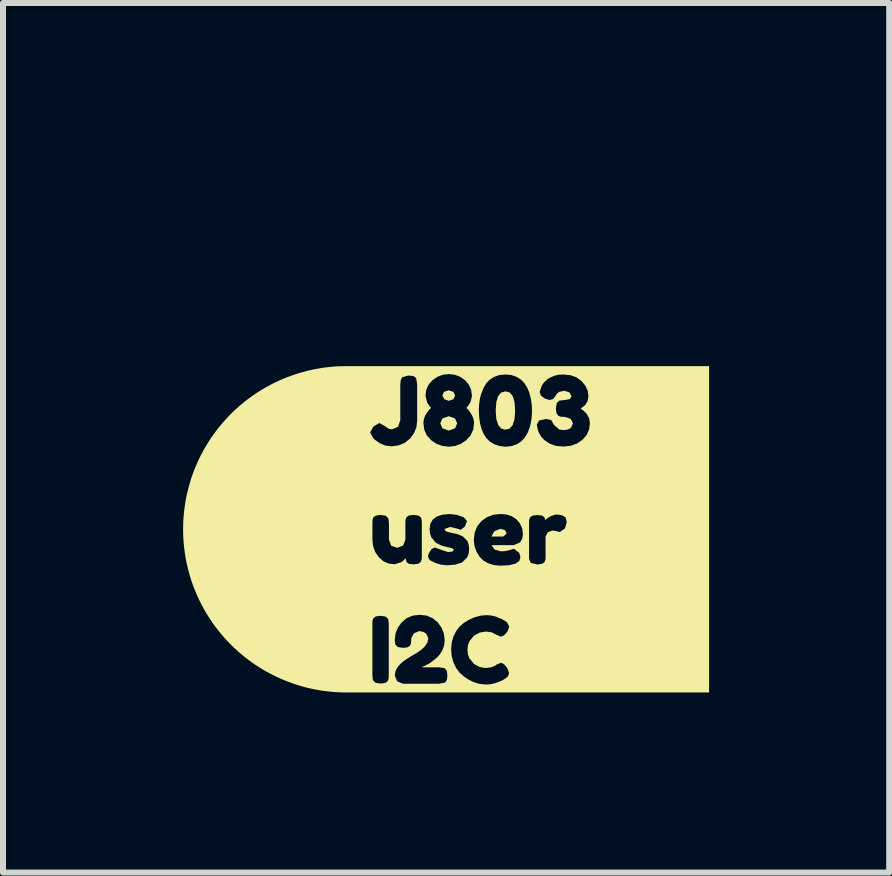
<source format=kicad_pcb>
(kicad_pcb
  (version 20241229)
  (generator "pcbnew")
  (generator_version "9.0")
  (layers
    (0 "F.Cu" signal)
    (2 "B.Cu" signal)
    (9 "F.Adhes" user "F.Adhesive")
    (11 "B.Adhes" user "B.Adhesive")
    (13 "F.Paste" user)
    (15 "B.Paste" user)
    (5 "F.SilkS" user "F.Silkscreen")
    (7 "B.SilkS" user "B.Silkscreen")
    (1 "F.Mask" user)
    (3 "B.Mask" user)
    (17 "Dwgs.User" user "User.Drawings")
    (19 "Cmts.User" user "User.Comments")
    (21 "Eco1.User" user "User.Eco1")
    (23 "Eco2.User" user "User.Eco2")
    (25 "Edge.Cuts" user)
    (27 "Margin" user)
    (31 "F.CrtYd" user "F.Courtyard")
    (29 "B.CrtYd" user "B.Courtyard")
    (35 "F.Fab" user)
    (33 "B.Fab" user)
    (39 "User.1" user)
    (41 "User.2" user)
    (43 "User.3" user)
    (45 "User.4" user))
  (footprint "kibuzzard-659F41CB"
    (layer "F.Cu")
    (at 4.381 5.767)
    (property "Reference" "kibuzzard-659F41CB" (at 0 -5.766 0) (layer "F.SilkS") (effects (font (size 0.001 0.001) (thickness 0.15))))
    (attr board_only exclude_from_pos_files exclude_from_bom)
    (fp_poly (pts (xy 0.95 0.121) (xy 1.009 0.071) (xy 0.982 0.014) (xy 0.904 -0.008) (xy 0.803 0.033) (xy 0.753 0.121) (xy 0.95 0.121)) (stroke (width 0) (type solid)) (fill yes) (layer "F.SilkS"))
    (fp_poly (pts (xy -0.061 -1.683) (xy 0.045 -1.644) (xy 0.15 -1.683) (xy 0.185 -1.764) (xy 0.149 -1.846) (xy 0.045 -1.884) (xy -0.061 -1.847) (xy -0.097 -1.765) (xy -0.061 -1.683)) (stroke (width 0) (type solid)) (fill yes) (layer "F.SilkS"))
    (fp_poly (pts (xy 0.15 -2.229) (xy 0.123 -2.288) (xy 0.043 -2.316) (xy -0.036 -2.289) (xy -0.061 -2.229) (xy -0.033 -2.168) (xy 0.046 -2.14) (xy 0.124 -2.168) (xy 0.15 -2.229)) (stroke (width 0) (type solid)) (fill yes) (layer "F.SilkS"))
    (fp_poly (pts (xy 0.987 -1.659) (xy 1.058 -1.678) (xy 1.109 -1.736) (xy 1.14 -1.834) (xy 1.15 -1.97) (xy 1.15 -1.979) (xy 1.14 -2.119) (xy 1.11 -2.219) (xy 1.059 -2.279) (xy 0.988 -2.298) (xy 0.918 -2.278) (xy 0.867 -2.218) (xy 0.837 -2.119) (xy 0.826 -1.979) (xy 0.836 -1.839) (xy 0.867 -1.739) (xy 0.917 -1.679) (xy 0.987 -1.659)) (stroke (width 0) (type solid)) (fill yes) (layer "F.SilkS"))
    (fp_poly (pts (xy -1.266 -2.718) (xy -1.663 -2.718) (xy -1.729 -2.717) (xy -1.796 -2.715) (xy -1.863 -2.711) (xy -1.929 -2.705) (xy -1.995 -2.698) (xy -2.062 -2.689) (xy -2.127 -2.678) (xy -2.193 -2.666) (xy -2.258 -2.652) (xy -2.323 -2.637) (xy -2.388 -2.62) (xy -2.452 -2.601) (xy -2.515 -2.581) (xy -2.578 -2.559) (xy -2.641 -2.536) (xy -2.703 -2.511) (xy -2.764 -2.485) (xy -2.825 -2.457) (xy -2.885 -2.428) (xy -2.944 -2.397) (xy -3.003 -2.365) (xy -3.06 -2.331) (xy -3.117 -2.296) (xy -3.173 -2.26) (xy -3.228 -2.222) (xy -3.282 -2.183) (xy -3.335 -2.143) (xy -3.387 -2.101) (xy -3.438 -2.058) (xy -3.488 -2.014) (xy -3.537 -1.969) (xy -3.585 -1.922) (xy -3.631 -1.874) (xy -3.677 -1.825) (xy -3.721 -1.775) (xy -3.764 -1.724) (xy -3.806 -1.672) (xy -3.846 -1.619) (xy -3.885 -1.565) (xy -3.923 -1.51) (xy -3.959 -1.454) (xy -3.994 -1.397) (xy -4.028 -1.34) (xy -4.06 -1.281) (xy -4.091 -1.222) (xy -4.12 -1.162) (xy -4.148 -1.101) (xy -4.174 -1.04) (xy -4.199 -0.978) (xy -4.222 -0.916) (xy -4.244 -0.853) (xy -4.264 -0.789) (xy -4.282 -0.725) (xy -4.299 -0.66) (xy -4.315 -0.596) (xy -4.329 -0.53) (xy -4.341 -0.465) (xy -4.351 -0.399) (xy -4.36 -0.333) (xy -4.368 -0.266) (xy -4.373 -0.2) (xy -4.378 -0.133) (xy -4.38 -0.067) (xy -4.381 0) (xy -4.38 0.067) (xy -4.378 0.133) (xy -4.373 0.2) (xy -4.368 0.266) (xy -4.36 0.333) (xy -4.351 0.399) (xy -4.341 0.465) (xy -4.329 0.53) (xy -4.315 0.596) (xy -4.299 0.66) (xy -4.282 0.725) (xy -4.264 0.789) (xy -4.244 0.853) (xy -4.222 0.916) (xy -4.199 0.978) (xy -4.174 1.04) (xy -4.148 1.101) (xy -4.12 1.162) (xy -4.091 1.222) (xy -4.06 1.281) (xy -4.028 1.34) (xy -3.994 1.397) (xy -3.959 1.454) (xy -3.923 1.51) (xy -3.885 1.565) (xy -3.846 1.619) (xy -3.806 1.672) (xy -3.764 1.724) (xy -3.721 1.775) (xy -3.677 1.825) (xy -3.631 1.874) (xy -3.585 1.922) (xy -3.537 1.969) (xy -3.488 2.014) (xy -3.438 2.058) (xy -3.387 2.101) (xy -3.335 2.143) (xy -3.282 2.183) (xy -3.228 2.222) (xy -3.173 2.26) (xy -3.117 2.296) (xy -3.06 2.331) (xy -3.003 2.365) (xy -2.944 2.397) (xy -2.885 2.428) (xy -2.825 2.457) (xy -2.764 2.485) (xy -2.703 2.511) (xy -2.641 2.536) (xy -2.578 2.559) (xy -2.515 2.581) (xy -2.452 2.601) (xy -2.388 2.62) (xy -2.323 2.637) (xy -2.258 2.652) (xy -2.193 2.666) (xy -2.127 2.678) (xy -2.062 2.689) (xy -1.995 2.698) (xy -1.929 2.705) (xy -1.863 2.711) (xy -1.796 2.715) (xy -1.729 2.717) (xy -1.663 2.718) (xy -1.266 2.718) (xy -1.092 2.718) (xy -1.092 2.57) (xy -1.178 2.556) (xy -1.219 2.512) (xy -1.228 2.433) (xy -1.228 1.576) (xy -1.226 1.523) (xy -1.211 1.482) (xy -1.17 1.451) (xy -1.091 1.441) (xy -1.005 1.455) (xy -0.963 1.498) (xy -0.955 1.578) (xy -0.955 2.435) (xy -0.958 2.489) (xy -0.972 2.529) (xy -1.013 2.56) (xy -1.092 2.57) (xy -1.092 2.718) (xy -0.117 2.718) (xy -0.117 2.573) (xy -0.719 2.573) (xy -0.815 2.532) (xy -0.855 2.435) (xy -0.841 2.355) (xy -0.797 2.281) (xy -0.733 2.216) (xy -0.658 2.161) (xy -0.576 2.111) (xy -0.494 2.063) (xy -0.419 2.011) (xy -0.355 1.952) (xy -0.312 1.889) (xy -0.297 1.821) (xy -0.308 1.782) (xy -0.332 1.74) (xy -0.373 1.71) (xy -0.45 1.696) (xy -0.535 1.733) (xy -0.576 1.804) (xy -0.582 1.84) (xy -0.582 1.849) (xy -0.585 1.9) (xy -0.599 1.938) (xy -0.641 1.966) (xy -0.719 1.975) (xy -0.805 1.961) (xy -0.847 1.917) (xy -0.855 1.838) (xy -0.842 1.735) (xy -0.804 1.639) (xy -0.74 1.551) (xy -0.656 1.48) (xy -0.556 1.438) (xy -0.542 1.436) (xy -0.542 0.584) (xy -0.619 0.575) (xy -0.659 0.547) (xy -0.675 0.483) (xy -0.703 0.514) (xy -0.745 0.548) (xy -0.861 0.583) (xy -0.96 0.57) (xy -1.048 0.53) (xy -1.123 0.463) (xy -1.181 0.378) (xy -1.216 0.28) (xy -1.227 0.172) (xy -1.227 -0.102) (xy -1.225 -0.157) (xy -1.211 -0.198) (xy -1.17 -0.229) (xy -1.089 -0.24) (xy -1.003 -0.225) (xy -0.961 -0.18) (xy -0.952 -0.101) (xy -0.952 0.173) (xy -0.915 0.273) (xy -0.91 0.275) (xy -0.91 -1.382) (xy -1.009 -1.394) (xy -1.096 -1.429) (xy -1.198 -1.5) (xy -1.21 -1.513) (xy -1.266 -1.613) (xy -1.21 -1.713) (xy -1.112 -1.77) (xy -1.017 -1.717) (xy -0.962 -1.678) (xy -0.903 -1.665) (xy -0.802 -1.706) (xy -0.763 -1.816) (xy -0.763 -2.41) (xy -0.755 -2.488) (xy -0.731 -2.532) (xy -0.632 -2.562) (xy -0.541 -2.552) (xy -0.499 -2.518) (xy -0.482 -2.419) (xy -0.482 -1.805) (xy -0.495 -1.698) (xy -0.535 -1.6) (xy -0.602 -1.51) (xy -0.69 -1.439) (xy -0.793 -1.397) (xy -0.91 -1.382) (xy -0.91 0.275) (xy -0.817 0.309) (xy -0.716 0.272) (xy -0.678 0.173) (xy -0.678 -0.104) (xy -0.676 -0.158) (xy -0.661 -0.199) (xy -0.621 -0.23) (xy -0.541 -0.24) (xy -0.461 -0.229) (xy -0.42 -0.198) (xy -0.407 -0.156) (xy -0.404 -0.102) (xy -0.404 0.452) (xy -0.407 0.504) (xy -0.422 0.544) (xy -0.463 0.574) (xy -0.542 0.584) (xy -0.542 1.436) (xy -0.44 1.424) (xy -0.324 1.438) (xy -0.223 1.481) (xy -0.138 1.552) (xy -0.074 1.642) (xy -0.036 1.74) (xy -0.023 1.846) (xy -0.032 1.932) (xy -0.061 2.012) (xy -0.104 2.083) (xy -0.154 2.139) (xy -0.262 2.224) (xy -0.357 2.276) (xy -0.396 2.291) (xy -0.396 2.299) (xy -0.114 2.299) (xy -0.024 2.314) (xy 0.013 2.358) (xy 0.017 2.396) (xy 0.017 0.6) (xy -0.082 0.59) (xy -0.179 0.561) (xy -0.273 0.513) (xy -0.303 0.453) (xy -0.288 0.402) (xy -0.243 0.33) (xy -0.188 0.303) (xy -0.084 0.341) (xy 0.035 0.38) (xy 0.107 0.37) (xy 0.13 0.342) (xy 0.104 0.316) (xy 0.026 0.298) (xy -0.072 0.273) (xy -0.17 0.225) (xy -0.245 0.136) (xy -0.267 0.07) (xy -0.275 -0.007) (xy -0.261 -0.096) (xy -0.22 -0.165) (xy -0.152 -0.214) (xy -0.057 -0.244) (xy 0.044 -0.252) (xy 0.044 -1.376) (xy -0.061 -1.388) (xy -0.159 -1.424) (xy -0.249 -1.484) (xy -0.321 -1.564) (xy -0.364 -1.66) (xy -0.378 -1.771) (xy -0.37 -1.837) (xy -0.346 -1.901) (xy -0.282 -1.992) (xy -0.248 -2.022) (xy -0.275 -2.048) (xy -0.317 -2.117) (xy -0.344 -2.227) (xy -0.33 -2.325) (xy -0.291 -2.41) (xy -0.226 -2.484) (xy -0.144 -2.541) (xy -0.053 -2.575) (xy 0.047 -2.586) (xy 0.146 -2.574) (xy 0.236 -2.54) (xy 0.317 -2.483) (xy 0.38 -2.407) (xy 0.418 -2.32) (xy 0.431 -2.219) (xy 0.408 -2.122) (xy 0.361 -2.048) (xy 0.337 -2.022) (xy 0.373 -1.99) (xy 0.43 -1.903) (xy 0.457 -1.838) (xy 0.466 -1.771) (xy 0.452 -1.661) (xy 0.409 -1.565) (xy 0.337 -1.485) (xy 0.247 -1.424) (xy 0.149 -1.388) (xy 0.044 -1.376) (xy 0.044 -0.252) (xy 0.065 -0.254) (xy 0.177 -0.241) (xy 0.293 -0.201) (xy 0.348 -0.138) (xy 0.313 -0.046) (xy 0.243 0.009) (xy 0.173 -0.015) (xy 0.063 -0.038) (xy -0.029 -0.004) (xy -0.002 0.035) (xy 0.077 0.057) (xy 0.179 0.078) (xy 0.277 0.117) (xy 0.353 0.193) (xy 0.376 0.253) (xy 0.384 0.328) (xy 0.376 0.403) (xy 0.353 0.466) (xy 0.268 0.552) (xy 0.155 0.588) (xy 0.017 0.6) (xy 0.017 2.396) (xy 0.022 2.437) (xy 0.012 2.515) (xy -0.021 2.555) (xy -0.117 2.573) (xy -0.117 2.718) (xy 0.673 2.718) (xy 0.673 2.586) (xy 0.6 2.581) (xy 0.525 2.567) (xy 0.449 2.541) (xy 0.371 2.502) (xy 0.296 2.451) (xy 0.228 2.391) (xy 0.171 2.316) (xy 0.124 2.223) (xy 0.094 2.116) (xy 0.084 2) (xy 0.094 1.885) (xy 0.124 1.782) (xy 0.169 1.693) (xy 0.226 1.62) (xy 0.293 1.561) (xy 0.369 1.513) (xy 0.47 1.467) (xy 0.571 1.439) (xy 0.672 1.43) (xy 0.745 1.435) (xy 0.82 1.452) (xy 0.906 1.487) (xy 0.906 0.606) (xy 0.797 0.596) (xy 0.701 0.566) (xy 0.621 0.52) (xy 0.561 0.461) (xy 0.506 0.373) (xy 0.473 0.279) (xy 0.462 0.178) (xy 0.476 0.055) (xy 0.519 -0.05) (xy 0.589 -0.137) (xy 0.682 -0.203) (xy 0.788 -0.242) (xy 0.908 -0.255) (xy 0.99 -0.248) (xy 0.99 -1.376) (xy 0.888 -1.387) (xy 0.799 -1.418) (xy 0.724 -1.465) (xy 0.668 -1.522) (xy 0.626 -1.59) (xy 0.591 -1.67) (xy 0.566 -1.765) (xy 0.551 -1.868) (xy 0.545 -1.979) (xy 0.55 -2.08) (xy 0.562 -2.171) (xy 0.583 -2.251) (xy 0.622 -2.351) (xy 0.666 -2.428) (xy 0.721 -2.487) (xy 0.795 -2.536) (xy 0.885 -2.569) (xy 0.988 -2.579) (xy 1.091 -2.569) (xy 1.18 -2.537) (xy 1.253 -2.489) (xy 1.308 -2.43) (xy 1.351 -2.361) (xy 1.384 -2.281) (xy 1.41 -2.184) (xy 1.426 -2.083) (xy 1.431 -1.978) (xy 1.424 -1.842) (xy 1.4 -1.72) (xy 1.362 -1.614) (xy 1.307 -1.522) (xy 1.252 -1.464) (xy 1.18 -1.417) (xy 1.091 -1.386) (xy 0.99 -1.376) (xy 0.99 -0.248) (xy 1.009 -0.246) (xy 1.096 -0.217) (xy 1.169 -0.169) (xy 1.227 -0.102) (xy 1.267 -0.017) (xy 1.28 0.075) (xy 1.268 0.159) (xy 1.232 0.218) (xy 1.127 0.264) (xy 0.756 0.264) (xy 0.808 0.337) (xy 0.911 0.367) (xy 0.992 0.362) (xy 1.053 0.348) (xy 1.07 0.342) (xy 1.133 0.325) (xy 1.219 0.395) (xy 1.239 0.467) (xy 1.219 0.528) (xy 1.156 0.572) (xy 1.052 0.598) (xy 0.906 0.606) (xy 0.906 1.487) (xy 0.933 1.498) (xy 0.97 1.519) (xy 1.013 1.547) (xy 1.053 1.62) (xy 1.021 1.706) (xy 0.964 1.768) (xy 0.913 1.789) (xy 0.834 1.755) (xy 0.759 1.716) (xy 0.662 1.703) (xy 0.562 1.72) (xy 0.464 1.772) (xy 0.387 1.868) (xy 0.364 1.933) (xy 0.356 2.007) (xy 0.364 2.081) (xy 0.387 2.147) (xy 0.466 2.244) (xy 0.562 2.295) (xy 0.662 2.311) (xy 0.752 2.299) (xy 0.813 2.274) (xy 0.84 2.254) (xy 0.914 2.224) (xy 0.964 2.245) (xy 1.018 2.31) (xy 1.051 2.396) (xy 1.031 2.45) (xy 0.982 2.489) (xy 0.929 2.521) (xy 0.825 2.561) (xy 0.748 2.58) (xy 0.673 2.586) (xy 0.673 2.718) (xy 1.518 2.718) (xy 1.518 0.586) (xy 1.41 0.559) (xy 1.382 0.492) (xy 1.382 0.447) (xy 1.382 -0.102) (xy 1.384 -0.156) (xy 1.397 -0.196) (xy 1.439 -0.228) (xy 1.519 -0.238) (xy 1.596 -0.229) (xy 1.637 -0.202) (xy 1.654 -0.151) (xy 1.677 -0.177) (xy 1.74 -0.219) (xy 1.825 -0.246) (xy 1.887 -0.242) (xy 1.942 -0.229) (xy 1.95 -0.223) (xy 1.95 -1.378) (xy 1.83 -1.39) (xy 1.725 -1.427) (xy 1.633 -1.489) (xy 1.588 -1.538) (xy 1.549 -1.602) (xy 1.531 -1.643) (xy 1.528 -1.659) (xy 1.511 -1.744) (xy 1.55 -1.813) (xy 1.666 -1.837) (xy 1.75 -1.821) (xy 1.798 -1.738) (xy 1.885 -1.662) (xy 1.952 -1.652) (xy 2.025 -1.661) (xy 2.076 -1.686) (xy 2.115 -1.763) (xy 2.077 -1.839) (xy 1.985 -1.871) (xy 1.912 -1.875) (xy 1.871 -1.89) (xy 1.839 -1.931) (xy 1.828 -2.013) (xy 1.843 -2.101) (xy 1.887 -2.144) (xy 1.969 -2.152) (xy 2.06 -2.168) (xy 2.09 -2.214) (xy 2.058 -2.278) (xy 1.97 -2.308) (xy 1.881 -2.289) (xy 1.839 -2.251) (xy 1.83 -2.232) (xy 1.785 -2.172) (xy 1.725 -2.152) (xy 1.638 -2.181) (xy 1.578 -2.231) (xy 1.558 -2.287) (xy 1.595 -2.395) (xy 1.63 -2.445) (xy 1.696 -2.508) (xy 1.8 -2.557) (xy 1.872 -2.574) (xy 1.95 -2.579) (xy 2.071 -2.567) (xy 2.174 -2.53) (xy 2.258 -2.468) (xy 2.321 -2.391) (xy 2.359 -2.308) (xy 2.371 -2.218) (xy 2.357 -2.134) (xy 2.316 -2.067) (xy 2.247 -2.017) (xy 2.247 -2.006) (xy 2.294 -1.972) (xy 2.344 -1.921) (xy 2.383 -1.849) (xy 2.396 -1.768) (xy 2.382 -1.662) (xy 2.34 -1.568) (xy 2.269 -1.488) (xy 2.178 -1.427) (xy 2.071 -1.39) (xy 1.95 -1.378) (xy 1.95 -0.223) (xy 1.991 -0.197) (xy 2.01 -0.124) (xy 1.981 -0.015) (xy 1.895 0.045) (xy 1.841 0.032) (xy 1.773 0.02) (xy 1.694 0.05) (xy 1.657 0.121) (xy 1.657 0.45) (xy 1.655 0.504) (xy 1.64 0.545) (xy 1.598 0.576) (xy 1.518 0.586) (xy 1.518 2.718) (xy 2.396 2.718) (xy 4.381 2.718) (xy 4.381 -2.718) (xy 2.396 -2.718) (xy -1.266 -2.718)) (stroke (width 0) (type solid)) (fill yes) (layer "F.SilkS")))
  (gr_rect
    (start -3 -3)
    (end 11.762 11.485)
    (stroke (width 0.1) (type default))
    (fill no)
    (layer "Edge.Cuts")))
</source>
